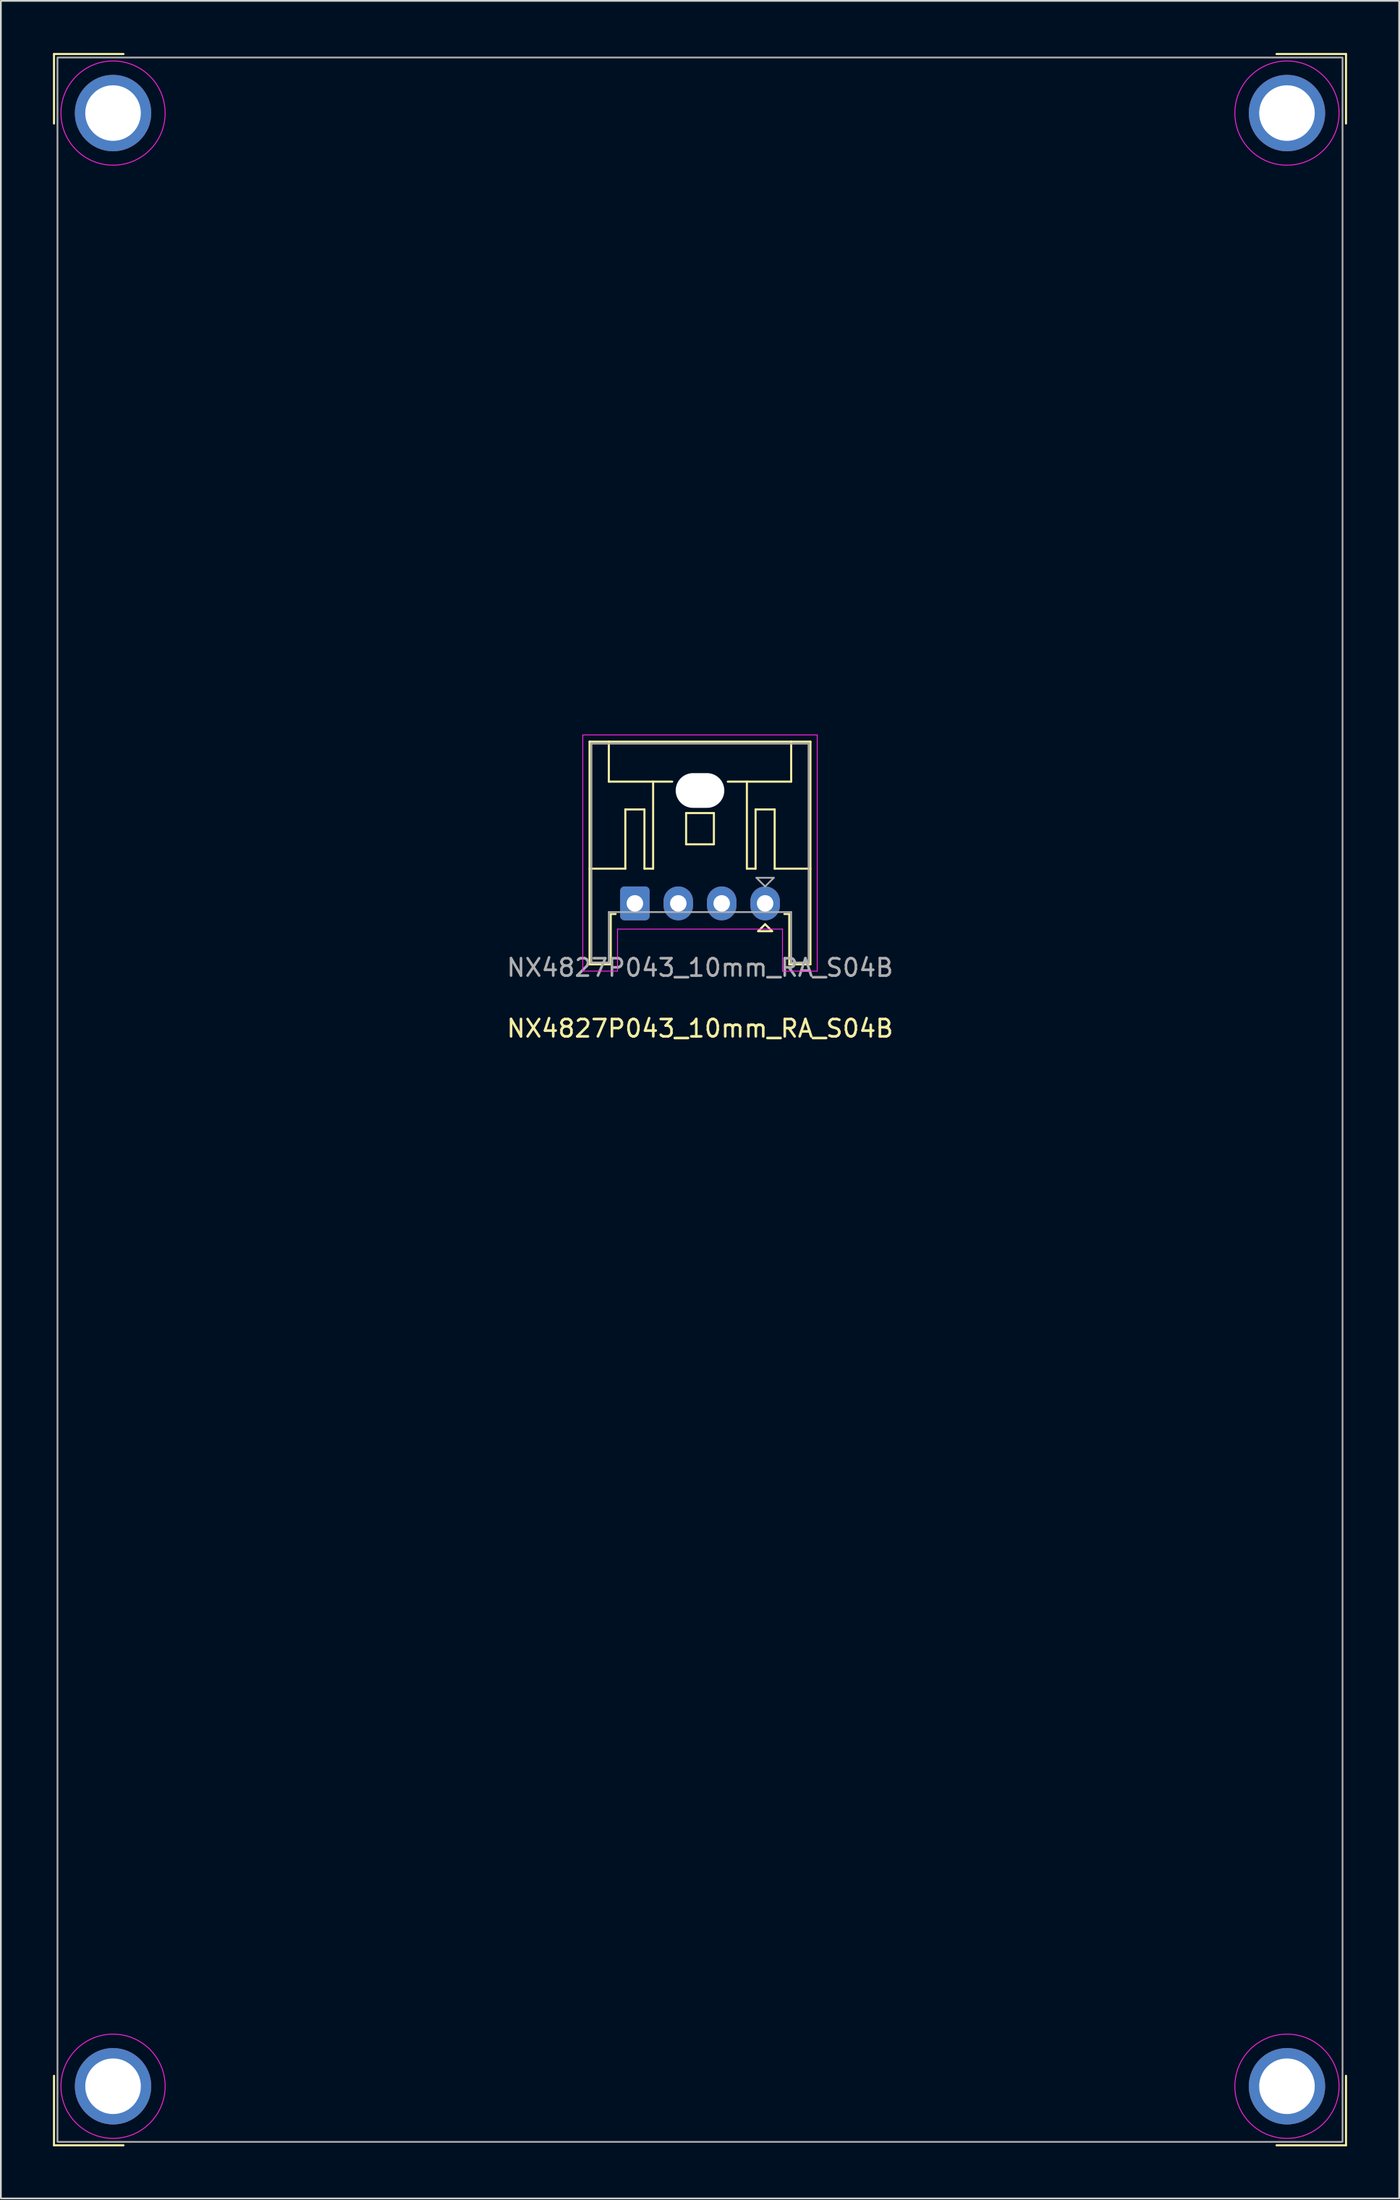
<source format=kicad_pcb>
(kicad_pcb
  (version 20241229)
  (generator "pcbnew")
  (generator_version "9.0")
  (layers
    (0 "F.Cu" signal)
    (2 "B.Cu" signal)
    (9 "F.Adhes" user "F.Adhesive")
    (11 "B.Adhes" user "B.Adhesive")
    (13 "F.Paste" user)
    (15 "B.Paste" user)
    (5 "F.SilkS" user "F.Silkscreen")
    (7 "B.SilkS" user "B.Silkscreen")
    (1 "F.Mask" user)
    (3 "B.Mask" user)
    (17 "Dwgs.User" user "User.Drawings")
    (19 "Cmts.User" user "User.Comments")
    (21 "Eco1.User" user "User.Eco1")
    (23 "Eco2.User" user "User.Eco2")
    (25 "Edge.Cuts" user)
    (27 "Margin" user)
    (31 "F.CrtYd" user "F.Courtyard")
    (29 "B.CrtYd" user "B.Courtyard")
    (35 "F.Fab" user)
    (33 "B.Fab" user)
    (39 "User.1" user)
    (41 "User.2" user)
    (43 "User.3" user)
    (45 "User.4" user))
  (footprint "NX4827P043_10mm_RA_S04B"
    (layer "F.Cu")
    (at 37.26 60.26)
    (property "Reference" "NX4827P043_10mm_RA_S04B" (at 0 -4.1 180) (layer "F.SilkS") (effects (font (size 1 1) (thickness 0.15))))
    (attr through_hole)
    (fp_line (start -37.2 -60.2) (end -37.2 -56.2) (stroke (width 0.12) (type solid)) (layer "F.SilkS"))
    (fp_line (start -37.2 -60.2) (end -33.2 -60.2) (stroke (width 0.12) (type solid)) (layer "F.SilkS"))
    (fp_line (start -37.2 60.2) (end -37.2 56.2) (stroke (width 0.12) (type solid)) (layer "F.SilkS"))
    (fp_line (start -37.2 60.2) (end -33.2 60.2) (stroke (width 0.12) (type solid)) (layer "F.SilkS"))
    (fp_line (start -6.36 -20.61) (end -6.36 -7.79) (stroke (width 0.12) (type solid)) (layer "F.SilkS"))
    (fp_line (start -6.36 -7.79) (end -5.14 -7.79) (stroke (width 0.12) (type solid)) (layer "F.SilkS"))
    (fp_line (start -5.25 -18.31) (end -5.25 -20.61) (stroke (width 0.12) (type solid)) (layer "F.SilkS"))
    (fp_line (start -5.14 -10.69) (end -4.86 -10.69) (stroke (width 0.12) (type solid)) (layer "F.SilkS"))
    (fp_line (start -5.14 -7.79) (end -5.14 -10.69) (stroke (width 0.12) (type solid)) (layer "F.SilkS"))
    (fp_line (start -4.3 -16.71) (end -4.3 -13.3) (stroke (width 0.12) (type solid)) (layer "F.SilkS"))
    (fp_line (start -4.3 -13.3) (end -6.36 -13.3) (stroke (width 0.12) (type solid)) (layer "F.SilkS"))
    (fp_line (start -3.2 -16.71) (end -4.3 -16.71) (stroke (width 0.12) (type solid)) (layer "F.SilkS"))
    (fp_line (start -3.2 -13.3) (end -3.2 -16.71) (stroke (width 0.12) (type solid)) (layer "F.SilkS"))
    (fp_line (start -2.7 -18.31) (end -2.7 -13.3) (stroke (width 0.12) (type solid)) (layer "F.SilkS"))
    (fp_line (start -2.7 -13.3) (end -3.2 -13.3) (stroke (width 0.12) (type solid)) (layer "F.SilkS"))
    (fp_line (start -1.6 -18.31) (end -5.25 -18.31) (stroke (width 0.12) (type solid)) (layer "F.SilkS"))
    (fp_line (start -0.8 -16.5) (end 0.8 -16.5) (stroke (width 0.12) (type solid)) (layer "F.SilkS"))
    (fp_line (start -0.8 -14.7) (end -0.8 -16.5) (stroke (width 0.12) (type solid)) (layer "F.SilkS"))
    (fp_line (start 0.8 -16.5) (end 0.8 -14.7) (stroke (width 0.12) (type solid)) (layer "F.SilkS"))
    (fp_line (start 0.8 -14.7) (end -0.8 -14.7) (stroke (width 0.12) (type solid)) (layer "F.SilkS"))
    (fp_line (start 2.7 -18.31) (end 2.7 -13.3) (stroke (width 0.12) (type solid)) (layer "F.SilkS"))
    (fp_line (start 2.7 -13.3) (end 3.2 -13.3) (stroke (width 0.12) (type solid)) (layer "F.SilkS"))
    (fp_line (start 3.2 -16.71) (end 4.3 -16.71) (stroke (width 0.12) (type solid)) (layer "F.SilkS"))
    (fp_line (start 3.2 -13.3) (end 3.2 -16.71) (stroke (width 0.12) (type solid)) (layer "F.SilkS"))
    (fp_line (start 3.35 -9.7) (end 3.75 -10.1) (stroke (width 0.12) (type solid)) (layer "F.SilkS"))
    (fp_line (start 3.75 -10.1) (end 4.15 -9.7) (stroke (width 0.12) (type solid)) (layer "F.SilkS"))
    (fp_line (start 4.15 -9.7) (end 3.35 -9.7) (stroke (width 0.12) (type solid)) (layer "F.SilkS"))
    (fp_line (start 4.3 -16.71) (end 4.3 -13.3) (stroke (width 0.12) (type solid)) (layer "F.SilkS"))
    (fp_line (start 4.3 -13.3) (end 6.36 -13.3) (stroke (width 0.12) (type solid)) (layer "F.SilkS"))
    (fp_line (start 4.86 -10.69) (end 5.14 -10.69) (stroke (width 0.12) (type solid)) (layer "F.SilkS"))
    (fp_line (start 5.14 -10.69) (end 5.14 -7.79) (stroke (width 0.12) (type solid)) (layer "F.SilkS"))
    (fp_line (start 5.14 -7.79) (end 6.36 -7.79) (stroke (width 0.12) (type solid)) (layer "F.SilkS"))
    (fp_line (start 5.25 -20.61) (end 5.25 -18.31) (stroke (width 0.12) (type solid)) (layer "F.SilkS"))
    (fp_line (start 5.25 -18.31) (end 1.6 -18.31) (stroke (width 0.12) (type solid)) (layer "F.SilkS"))
    (fp_line (start 6.36 -20.61) (end -6.36 -20.61) (stroke (width 0.12) (type solid)) (layer "F.SilkS"))
    (fp_line (start 6.36 -7.79) (end 6.36 -20.61) (stroke (width 0.12) (type solid)) (layer "F.SilkS"))
    (fp_line (start 37.2 -60.2) (end 33.2 -60.2) (stroke (width 0.12) (type solid)) (layer "F.SilkS"))
    (fp_line (start 37.2 -60.2) (end 37.2 -56.2) (stroke (width 0.12) (type solid)) (layer "F.SilkS"))
    (fp_line (start 37.2 60.2) (end 33.2 60.2) (stroke (width 0.12) (type solid)) (layer "F.SilkS"))
    (fp_line (start 37.2 60.2) (end 37.2 56.2) (stroke (width 0.12) (type solid)) (layer "F.SilkS"))
    (fp_line (start -6.75 -21) (end -6.75 -7.4) (stroke (width 0.05) (type solid)) (layer "F.CrtYd"))
    (fp_line (start -6.75 -7.4) (end -4.75 -7.4) (stroke (width 0.05) (type solid)) (layer "F.CrtYd"))
    (fp_line (start -4.75 -9.82) (end 4.75 -9.82) (stroke (width 0.05) (type solid)) (layer "F.CrtYd"))
    (fp_line (start -4.75 -7.4) (end -4.75 -9.82) (stroke (width 0.05) (type solid)) (layer "F.CrtYd"))
    (fp_line (start 4.75 -9.82) (end 4.75 -7.4) (stroke (width 0.05) (type solid)) (layer "F.CrtYd"))
    (fp_line (start 4.75 -7.4) (end 6.75 -7.4) (stroke (width 0.05) (type solid)) (layer "F.CrtYd"))
    (fp_line (start 6.75 -21) (end -6.75 -21) (stroke (width 0.05) (type solid)) (layer "F.CrtYd"))
    (fp_line (start 6.75 -7.4) (end 6.75 -21) (stroke (width 0.05) (type solid)) (layer "F.CrtYd"))
    (fp_circle (center -33.8 -56.8) (end -30.8 -56.8) (stroke (width 0.05) (type solid)) (fill no) (layer "F.CrtYd"))
    (fp_circle (center -33.8 56.8) (end -30.8 56.8) (stroke (width 0.05) (type solid)) (fill no) (layer "F.CrtYd"))
    (fp_circle (center 33.8 -56.8) (end 36.8 -56.8) (stroke (width 0.05) (type solid)) (fill no) (layer "F.CrtYd"))
    (fp_circle (center 33.8 56.8) (end 36.8 56.8) (stroke (width 0.05) (type solid)) (fill no) (layer "F.CrtYd"))
    (fp_line (start -6.25 -20.5) (end -6.25 -7.9) (stroke (width 0.1) (type solid)) (layer "F.Fab"))
    (fp_line (start -6.25 -7.9) (end -5.25 -7.9) (stroke (width 0.1) (type solid)) (layer "F.Fab"))
    (fp_line (start -5.25 -10.8) (end 5.25 -10.8) (stroke (width 0.1) (type solid)) (layer "F.Fab"))
    (fp_line (start -5.25 -7.9) (end -5.25 -10.8) (stroke (width 0.1) (type solid)) (layer "F.Fab"))
    (fp_line (start 3.25 -12.775) (end 3.75 -12.275) (stroke (width 0.1) (type solid)) (layer "F.Fab"))
    (fp_line (start 3.75 -12.275) (end 4.25 -12.775) (stroke (width 0.1) (type solid)) (layer "F.Fab"))
    (fp_line (start 4.25 -12.775) (end 3.25 -12.775) (stroke (width 0.1) (type solid)) (layer "F.Fab"))
    (fp_line (start 5.25 -10.8) (end 5.25 -7.9) (stroke (width 0.1) (type solid)) (layer "F.Fab"))
    (fp_line (start 5.25 -7.9) (end 6.25 -7.9) (stroke (width 0.1) (type solid)) (layer "F.Fab"))
    (fp_line (start 6.25 -20.5) (end -6.25 -20.5) (stroke (width 0.1) (type solid)) (layer "F.Fab"))
    (fp_line (start 6.25 -7.9) (end 6.25 -20.5) (stroke (width 0.1) (type solid)) (layer "F.Fab"))
    (fp_rect (start -37 -60) (end 37 60) (stroke (width 0.1) (type solid)) (fill no) (layer "F.Fab"))
    (fp_rect (start -33.6 -52.75) (end 33.6 52.75) (stroke (width 0.15) (type solid)) (fill no) (layer "User.3"))
    (fp_rect (start -26.93 -47.52) (end 26.93 47.52) (stroke (width 0.2) (type solid)) (fill no) (layer "User.6"))
    (fp_text user "${REFERENCE}" (at 0 -7.6 180) (layer "F.Fab") (effects (font (size 1 1) (thickness 0.15))))
    (fp_text user "BEZEL" (at 0 50.4 0) (unlocked yes) (layer "User.3") (effects (font (size 2 2) (thickness 0.15))))
    (fp_text user "DISPLAY AREA" (at 0 -1.7 0) (unlocked yes) (layer "User.6") (effects (font (size 2 2) (thickness 0.15))))
    (fp_text user "4.3\" 272x480" (at 0 1 0) (unlocked yes) (layer "User.6") (effects (font (size 1.5 1.5) (thickness 0.15))))
    (pad "" np_thru_hole oval (at 0 -17.8 180) (size 2.8 2) (drill oval 2.8 2) (layers "*.Cu" "*.Mask"))
    (pad "1" thru_hole roundrect (at -3.75 -11.3 180) (size 1.7 1.95) (drill 0.95) (layers "*.Cu" "*.Mask") (roundrect_rratio 0.147))
    (pad "2" thru_hole oval (at -1.25 -11.3 180) (size 1.7 1.95) (drill 0.95) (layers "*.Cu" "*.Mask"))
    (pad "3" thru_hole oval (at 1.25 -11.3 180) (size 1.7 1.95) (drill 0.95) (layers "*.Cu" "*.Mask"))
    (pad "4" thru_hole circle (at -33.8 -56.8) (size 4.4 4.4) (drill 3.2) (layers "*.Cu" "*.Mask"))
    (pad "4" thru_hole circle (at -33.8 56.8) (size 4.4 4.4) (drill 3.2) (layers "*.Cu" "*.Mask"))
    (pad "4" thru_hole oval (at 3.75 -11.3 180) (size 1.7 1.95) (drill 0.95) (layers "*.Cu" "*.Mask"))
    (pad "4" thru_hole circle (at 33.8 -56.8) (size 4.4 4.4) (drill 3.2) (layers "*.Cu" "*.Mask"))
    (pad "4" thru_hole circle (at 33.8 56.8) (size 4.4 4.4) (drill 3.2) (layers "*.Cu" "*.Mask")))
  (gr_rect
    (start -3 -3)
    (end 77.52 123.52)
    (stroke (width 0.1) (type default))
    (fill no)
    (layer "Edge.Cuts")))
</source>
